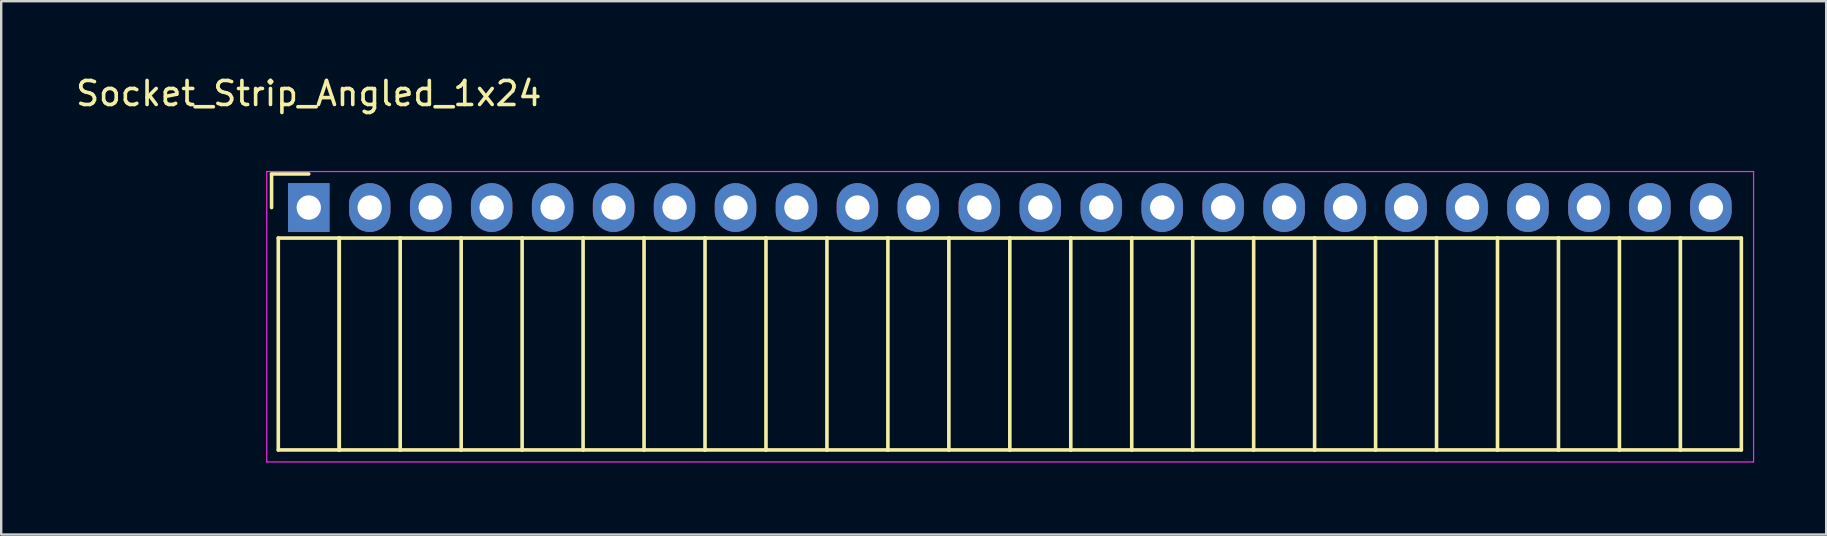
<source format=kicad_pcb>
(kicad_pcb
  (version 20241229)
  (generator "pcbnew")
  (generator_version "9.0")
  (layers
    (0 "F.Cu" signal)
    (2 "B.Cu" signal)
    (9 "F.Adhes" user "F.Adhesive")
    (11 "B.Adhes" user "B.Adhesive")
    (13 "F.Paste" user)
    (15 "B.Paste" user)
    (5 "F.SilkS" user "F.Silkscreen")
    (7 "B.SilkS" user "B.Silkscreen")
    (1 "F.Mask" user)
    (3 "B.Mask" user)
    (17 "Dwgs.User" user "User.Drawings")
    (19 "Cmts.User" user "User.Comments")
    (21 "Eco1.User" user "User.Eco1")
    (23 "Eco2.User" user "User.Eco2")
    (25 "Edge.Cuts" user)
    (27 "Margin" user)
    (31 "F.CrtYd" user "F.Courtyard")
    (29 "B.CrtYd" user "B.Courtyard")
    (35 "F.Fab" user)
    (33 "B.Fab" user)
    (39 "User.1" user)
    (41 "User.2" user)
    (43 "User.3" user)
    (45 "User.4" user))
  (footprint "Socket_Strip_Angled_1x24"
    (layer "F.Cu")
    (at 9.815 5.598)
    (property "Reference" "Socket_Strip_Angled_1x24" (at 0 -4.75 0) (layer "F.SilkS") (effects (font (size 1 1) (thickness 0.15))))
    (attr through_hole)
    (fp_line (start -1.55 -1.4) (end -1.55 0) (stroke (width 0.15) (type solid)) (layer "F.SilkS"))
    (fp_line (start -1.27 1.27) (end -1.27 10.1) (stroke (width 0.15) (type solid)) (layer "F.SilkS"))
    (fp_line (start -1.27 1.27) (end 1.27 1.27) (stroke (width 0.15) (type solid)) (layer "F.SilkS"))
    (fp_line (start -1.27 10.1) (end 1.27 10.1) (stroke (width 0.15) (type solid)) (layer "F.SilkS"))
    (fp_line (start 0 -1.4) (end -1.55 -1.4) (stroke (width 0.15) (type solid)) (layer "F.SilkS"))
    (fp_line (start 1.27 1.27) (end 1.27 10.1) (stroke (width 0.15) (type solid)) (layer "F.SilkS"))
    (fp_line (start 1.27 1.27) (end 3.81 1.27) (stroke (width 0.15) (type solid)) (layer "F.SilkS"))
    (fp_line (start 1.27 10.1) (end 1.27 1.27) (stroke (width 0.15) (type solid)) (layer "F.SilkS"))
    (fp_line (start 1.27 10.1) (end 3.81 10.1) (stroke (width 0.15) (type solid)) (layer "F.SilkS"))
    (fp_line (start 3.81 1.27) (end 6.35 1.27) (stroke (width 0.15) (type solid)) (layer "F.SilkS"))
    (fp_line (start 3.81 10.1) (end 3.81 1.27) (stroke (width 0.15) (type solid)) (layer "F.SilkS"))
    (fp_line (start 3.81 10.1) (end 6.35 10.1) (stroke (width 0.15) (type solid)) (layer "F.SilkS"))
    (fp_line (start 6.35 1.27) (end 8.89 1.27) (stroke (width 0.15) (type solid)) (layer "F.SilkS"))
    (fp_line (start 6.35 10.1) (end 6.35 1.27) (stroke (width 0.15) (type solid)) (layer "F.SilkS"))
    (fp_line (start 6.35 10.1) (end 8.89 10.1) (stroke (width 0.15) (type solid)) (layer "F.SilkS"))
    (fp_line (start 8.89 1.27) (end 11.43 1.27) (stroke (width 0.15) (type solid)) (layer "F.SilkS"))
    (fp_line (start 8.89 10.1) (end 8.89 1.27) (stroke (width 0.15) (type solid)) (layer "F.SilkS"))
    (fp_line (start 8.89 10.1) (end 11.43 10.1) (stroke (width 0.15) (type solid)) (layer "F.SilkS"))
    (fp_line (start 11.43 1.27) (end 13.97 1.27) (stroke (width 0.15) (type solid)) (layer "F.SilkS"))
    (fp_line (start 11.43 10.1) (end 11.43 1.27) (stroke (width 0.15) (type solid)) (layer "F.SilkS"))
    (fp_line (start 11.43 10.1) (end 13.97 10.1) (stroke (width 0.15) (type solid)) (layer "F.SilkS"))
    (fp_line (start 13.97 1.27) (end 16.51 1.27) (stroke (width 0.15) (type solid)) (layer "F.SilkS"))
    (fp_line (start 13.97 10.1) (end 13.97 1.27) (stroke (width 0.15) (type solid)) (layer "F.SilkS"))
    (fp_line (start 13.97 10.1) (end 16.51 10.1) (stroke (width 0.15) (type solid)) (layer "F.SilkS"))
    (fp_line (start 16.51 1.27) (end 19.05 1.27) (stroke (width 0.15) (type solid)) (layer "F.SilkS"))
    (fp_line (start 16.51 10.1) (end 16.51 1.27) (stroke (width 0.15) (type solid)) (layer "F.SilkS"))
    (fp_line (start 16.51 10.1) (end 19.05 10.1) (stroke (width 0.15) (type solid)) (layer "F.SilkS"))
    (fp_line (start 19.05 1.27) (end 21.59 1.27) (stroke (width 0.15) (type solid)) (layer "F.SilkS"))
    (fp_line (start 19.05 10.1) (end 19.05 1.27) (stroke (width 0.15) (type solid)) (layer "F.SilkS"))
    (fp_line (start 19.05 10.1) (end 21.59 10.1) (stroke (width 0.15) (type solid)) (layer "F.SilkS"))
    (fp_line (start 21.59 1.27) (end 24.13 1.27) (stroke (width 0.15) (type solid)) (layer "F.SilkS"))
    (fp_line (start 21.59 10.1) (end 21.59 1.27) (stroke (width 0.15) (type solid)) (layer "F.SilkS"))
    (fp_line (start 21.59 10.1) (end 24.13 10.1) (stroke (width 0.15) (type solid)) (layer "F.SilkS"))
    (fp_line (start 24.13 1.27) (end 26.67 1.27) (stroke (width 0.15) (type solid)) (layer "F.SilkS"))
    (fp_line (start 24.13 10.1) (end 24.13 1.27) (stroke (width 0.15) (type solid)) (layer "F.SilkS"))
    (fp_line (start 24.13 10.1) (end 26.67 10.1) (stroke (width 0.15) (type solid)) (layer "F.SilkS"))
    (fp_line (start 26.67 1.27) (end 29.21 1.27) (stroke (width 0.15) (type solid)) (layer "F.SilkS"))
    (fp_line (start 26.67 10.1) (end 26.67 1.27) (stroke (width 0.15) (type solid)) (layer "F.SilkS"))
    (fp_line (start 26.67 10.1) (end 29.21 10.1) (stroke (width 0.15) (type solid)) (layer "F.SilkS"))
    (fp_line (start 29.21 1.27) (end 31.75 1.27) (stroke (width 0.15) (type solid)) (layer "F.SilkS"))
    (fp_line (start 29.21 10.1) (end 29.21 1.27) (stroke (width 0.15) (type solid)) (layer "F.SilkS"))
    (fp_line (start 29.21 10.1) (end 31.75 10.1) (stroke (width 0.15) (type solid)) (layer "F.SilkS"))
    (fp_line (start 31.75 1.27) (end 34.29 1.27) (stroke (width 0.15) (type solid)) (layer "F.SilkS"))
    (fp_line (start 31.75 10.1) (end 31.75 1.27) (stroke (width 0.15) (type solid)) (layer "F.SilkS"))
    (fp_line (start 31.75 10.1) (end 34.29 10.1) (stroke (width 0.15) (type solid)) (layer "F.SilkS"))
    (fp_line (start 34.29 1.27) (end 36.83 1.27) (stroke (width 0.15) (type solid)) (layer "F.SilkS"))
    (fp_line (start 34.29 10.1) (end 34.29 1.27) (stroke (width 0.15) (type solid)) (layer "F.SilkS"))
    (fp_line (start 34.29 10.1) (end 36.83 10.1) (stroke (width 0.15) (type solid)) (layer "F.SilkS"))
    (fp_line (start 36.83 1.27) (end 39.37 1.27) (stroke (width 0.15) (type solid)) (layer "F.SilkS"))
    (fp_line (start 36.83 10.1) (end 36.83 1.27) (stroke (width 0.15) (type solid)) (layer "F.SilkS"))
    (fp_line (start 36.83 10.1) (end 39.37 10.1) (stroke (width 0.15) (type solid)) (layer "F.SilkS"))
    (fp_line (start 39.37 1.27) (end 41.91 1.27) (stroke (width 0.15) (type solid)) (layer "F.SilkS"))
    (fp_line (start 39.37 10.1) (end 39.37 1.27) (stroke (width 0.15) (type solid)) (layer "F.SilkS"))
    (fp_line (start 39.37 10.1) (end 41.91 10.1) (stroke (width 0.15) (type solid)) (layer "F.SilkS"))
    (fp_line (start 41.91 1.27) (end 44.45 1.27) (stroke (width 0.15) (type solid)) (layer "F.SilkS"))
    (fp_line (start 41.91 10.1) (end 41.91 1.27) (stroke (width 0.15) (type solid)) (layer "F.SilkS"))
    (fp_line (start 41.91 10.1) (end 44.45 10.1) (stroke (width 0.15) (type solid)) (layer "F.SilkS"))
    (fp_line (start 44.45 1.27) (end 46.99 1.27) (stroke (width 0.15) (type solid)) (layer "F.SilkS"))
    (fp_line (start 44.45 10.1) (end 44.45 1.27) (stroke (width 0.15) (type solid)) (layer "F.SilkS"))
    (fp_line (start 44.45 10.1) (end 46.99 10.1) (stroke (width 0.15) (type solid)) (layer "F.SilkS"))
    (fp_line (start 46.99 1.27) (end 49.53 1.27) (stroke (width 0.15) (type solid)) (layer "F.SilkS"))
    (fp_line (start 46.99 10.1) (end 46.99 1.27) (stroke (width 0.15) (type solid)) (layer "F.SilkS"))
    (fp_line (start 46.99 10.1) (end 49.53 10.1) (stroke (width 0.15) (type solid)) (layer "F.SilkS"))
    (fp_line (start 49.53 1.27) (end 52.07 1.27) (stroke (width 0.15) (type solid)) (layer "F.SilkS"))
    (fp_line (start 49.53 10.1) (end 49.53 1.27) (stroke (width 0.15) (type solid)) (layer "F.SilkS"))
    (fp_line (start 49.53 10.1) (end 52.07 10.1) (stroke (width 0.15) (type solid)) (layer "F.SilkS"))
    (fp_line (start 52.07 1.27) (end 54.61 1.27) (stroke (width 0.15) (type solid)) (layer "F.SilkS"))
    (fp_line (start 52.07 10.1) (end 52.07 1.27) (stroke (width 0.15) (type solid)) (layer "F.SilkS"))
    (fp_line (start 52.07 10.1) (end 54.61 10.1) (stroke (width 0.15) (type solid)) (layer "F.SilkS"))
    (fp_line (start 54.61 1.27) (end 57.15 1.27) (stroke (width 0.15) (type solid)) (layer "F.SilkS"))
    (fp_line (start 54.61 10.1) (end 54.61 1.27) (stroke (width 0.15) (type solid)) (layer "F.SilkS"))
    (fp_line (start 54.61 10.1) (end 57.15 10.1) (stroke (width 0.15) (type solid)) (layer "F.SilkS"))
    (fp_line (start 57.15 1.27) (end 59.69 1.27) (stroke (width 0.15) (type solid)) (layer "F.SilkS"))
    (fp_line (start 57.15 10.1) (end 57.15 1.27) (stroke (width 0.15) (type solid)) (layer "F.SilkS"))
    (fp_line (start 57.15 10.1) (end 59.69 10.1) (stroke (width 0.15) (type solid)) (layer "F.SilkS"))
    (fp_line (start 59.69 10.1) (end 59.69 1.27) (stroke (width 0.15) (type solid)) (layer "F.SilkS"))
    (fp_line (start -1.75 -1.5) (end -1.75 10.6) (stroke (width 0.05) (type solid)) (layer "F.CrtYd"))
    (fp_line (start -1.75 -1.5) (end 60.2 -1.5) (stroke (width 0.05) (type solid)) (layer "F.CrtYd"))
    (fp_line (start -1.75 10.6) (end 60.2 10.6) (stroke (width 0.05) (type solid)) (layer "F.CrtYd"))
    (fp_line (start 60.2 -1.5) (end 60.2 10.6) (stroke (width 0.05) (type solid)) (layer "F.CrtYd"))
    (pad "1" thru_hole rect (at 0 0) (size 1.727 2.032) (drill 1.016) (layers "*.Cu" "*.Mask"))
    (pad "2" thru_hole oval (at 2.54 0) (size 1.727 2.032) (drill 1.016) (layers "*.Cu" "*.Mask"))
    (pad "3" thru_hole oval (at 5.08 0) (size 1.727 2.032) (drill 1.016) (layers "*.Cu" "*.Mask"))
    (pad "4" thru_hole oval (at 7.62 0) (size 1.727 2.032) (drill 1.016) (layers "*.Cu" "*.Mask"))
    (pad "5" thru_hole oval (at 10.16 0) (size 1.727 2.032) (drill 1.016) (layers "*.Cu" "*.Mask"))
    (pad "6" thru_hole oval (at 12.7 0) (size 1.727 2.032) (drill 1.016) (layers "*.Cu" "*.Mask"))
    (pad "7" thru_hole oval (at 15.24 0) (size 1.727 2.032) (drill 1.016) (layers "*.Cu" "*.Mask"))
    (pad "8" thru_hole oval (at 17.78 0) (size 1.727 2.032) (drill 1.016) (layers "*.Cu" "*.Mask"))
    (pad "9" thru_hole oval (at 20.32 0) (size 1.727 2.032) (drill 1.016) (layers "*.Cu" "*.Mask"))
    (pad "10" thru_hole oval (at 22.86 0) (size 1.727 2.032) (drill 1.016) (layers "*.Cu" "*.Mask"))
    (pad "11" thru_hole oval (at 25.4 0) (size 1.727 2.032) (drill 1.016) (layers "*.Cu" "*.Mask"))
    (pad "12" thru_hole oval (at 27.94 0) (size 1.727 2.032) (drill 1.016) (layers "*.Cu" "*.Mask"))
    (pad "13" thru_hole oval (at 30.48 0) (size 1.727 2.032) (drill 1.016) (layers "*.Cu" "*.Mask"))
    (pad "14" thru_hole oval (at 33.02 0) (size 1.727 2.032) (drill 1.016) (layers "*.Cu" "*.Mask"))
    (pad "15" thru_hole oval (at 35.56 0) (size 1.727 2.032) (drill 1.016) (layers "*.Cu" "*.Mask"))
    (pad "16" thru_hole oval (at 38.1 0) (size 1.727 2.032) (drill 1.016) (layers "*.Cu" "*.Mask"))
    (pad "17" thru_hole oval (at 40.64 0) (size 1.727 2.032) (drill 1.016) (layers "*.Cu" "*.Mask"))
    (pad "18" thru_hole oval (at 43.18 0) (size 1.727 2.032) (drill 1.016) (layers "*.Cu" "*.Mask"))
    (pad "19" thru_hole oval (at 45.72 0) (size 1.727 2.032) (drill 1.016) (layers "*.Cu" "*.Mask"))
    (pad "20" thru_hole oval (at 48.26 0) (size 1.727 2.032) (drill 1.016) (layers "*.Cu" "*.Mask"))
    (pad "21" thru_hole oval (at 50.8 0) (size 1.727 2.032) (drill 1.016) (layers "*.Cu" "*.Mask"))
    (pad "22" thru_hole oval (at 53.34 0) (size 1.727 2.032) (drill 1.016) (layers "*.Cu" "*.Mask"))
    (pad "23" thru_hole oval (at 55.88 0) (size 1.727 2.032) (drill 1.016) (layers "*.Cu" "*.Mask"))
    (pad "24" thru_hole oval (at 58.42 0) (size 1.727 2.032) (drill 1.016) (layers "*.Cu" "*.Mask")))
  (gr_rect
    (start -3 -3)
    (end 73.04 19.223)
    (stroke (width 0.1) (type default))
    (fill no)
    (layer "Edge.Cuts")))
</source>
